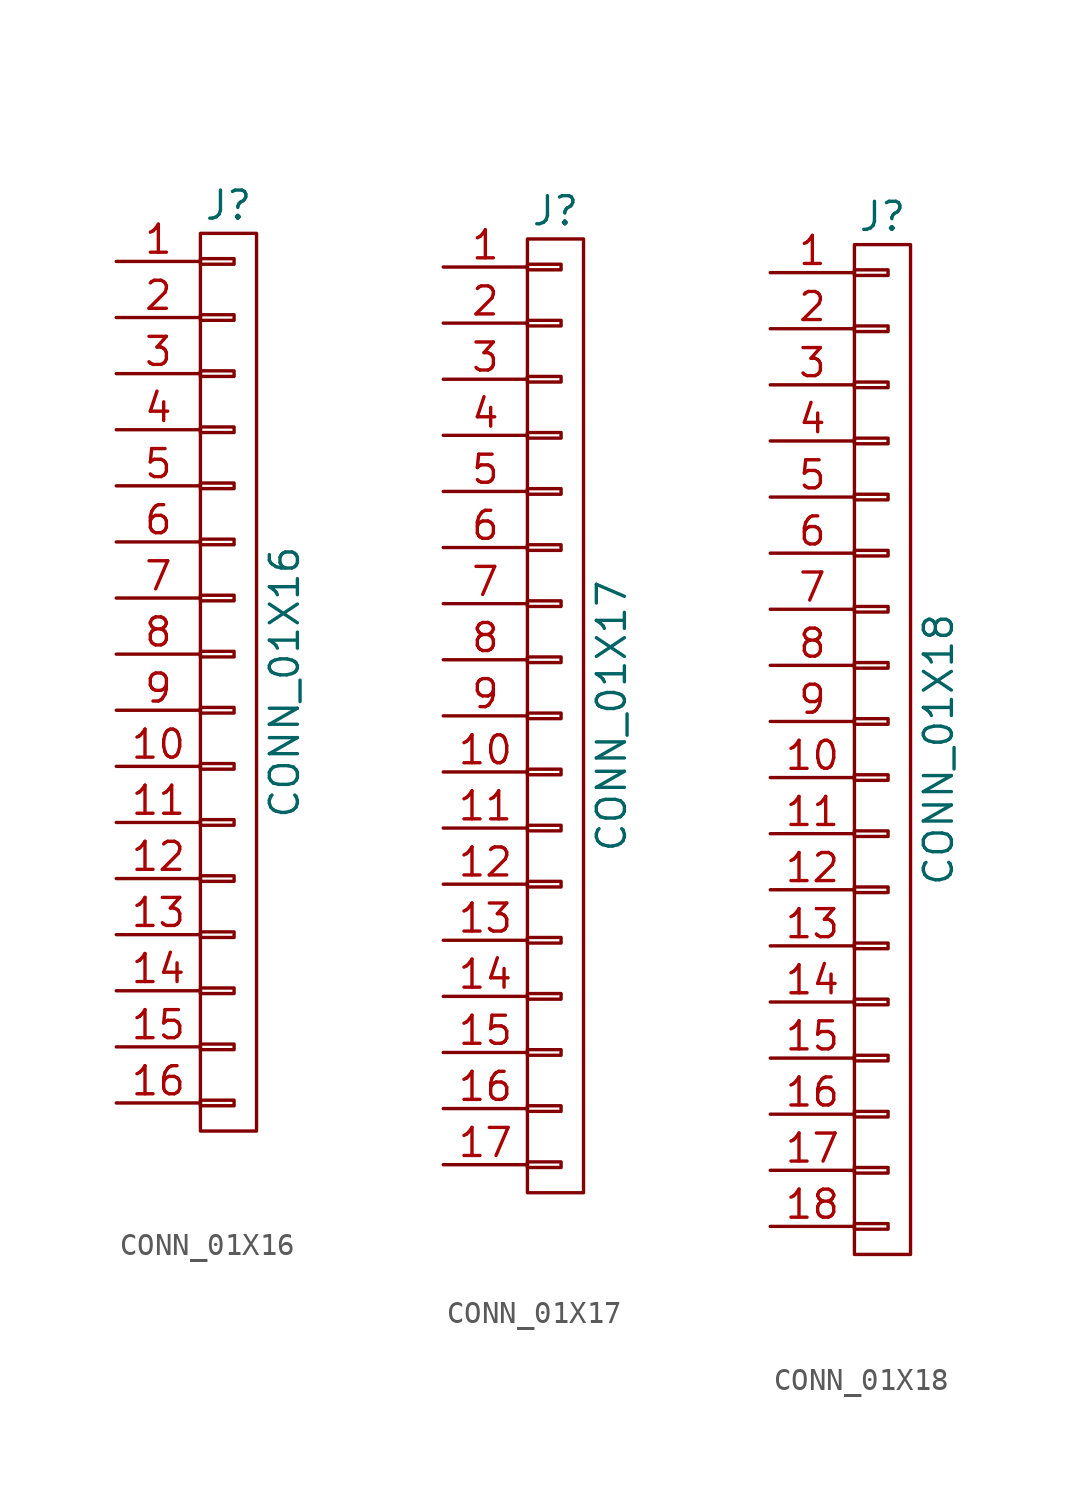
<source format=kicad_sym>
(kicad_symbol_lib
  (version 20211014)
  (generator kicad_symbol_editor)
  (symbol "CONN_01X16"
    (pin_names
      (offset 1.016) hide)
    (property "Reference" "J"
      (at 0 21.59 0)
      (effects (font (size 1.27 1.27))))
    (property "Value" "CONN_01X16"
      (at 2.54 0 90)
      (effects (font (size 1.27 1.27))))
    (symbol "CONN_01X16_0_1"
      (rectangle (start -1.27 -18.923) (end 0.254 -19.177) (stroke (width 0) (type default) (color 0 0 0 0)) (fill (type none)))
      (rectangle (start -1.27 -16.383) (end 0.254 -16.637) (stroke (width 0) (type default) (color 0 0 0 0)) (fill (type none)))
      (rectangle (start -1.27 -13.843) (end 0.254 -14.097) (stroke (width 0) (type default) (color 0 0 0 0)) (fill (type none)))
      (rectangle (start -1.27 -11.303) (end 0.254 -11.557) (stroke (width 0) (type default) (color 0 0 0 0)) (fill (type none)))
      (rectangle (start -1.27 -8.763) (end 0.254 -9.017) (stroke (width 0) (type default) (color 0 0 0 0)) (fill (type none)))
      (rectangle (start -1.27 -6.223) (end 0.254 -6.477) (stroke (width 0) (type default) (color 0 0 0 0)) (fill (type none)))
      (rectangle (start -1.27 -3.683) (end 0.254 -3.937) (stroke (width 0) (type default) (color 0 0 0 0)) (fill (type none)))
      (rectangle (start -1.27 -1.143) (end 0.254 -1.397) (stroke (width 0) (type default) (color 0 0 0 0)) (fill (type none)))
      (rectangle (start -1.27 1.397) (end 0.254 1.143) (stroke (width 0) (type default) (color 0 0 0 0)) (fill (type none)))
      (rectangle (start -1.27 3.937) (end 0.254 3.683) (stroke (width 0) (type default) (color 0 0 0 0)) (fill (type none)))
      (rectangle (start -1.27 6.477) (end 0.254 6.223) (stroke (width 0) (type default) (color 0 0 0 0)) (fill (type none)))
      (rectangle (start -1.27 9.017) (end 0.254 8.763) (stroke (width 0) (type default) (color 0 0 0 0)) (fill (type none)))
      (rectangle (start -1.27 11.557) (end 0.254 11.303) (stroke (width 0) (type default) (color 0 0 0 0)) (fill (type none)))
      (rectangle (start -1.27 14.097) (end 0.254 13.843) (stroke (width 0) (type default) (color 0 0 0 0)) (fill (type none)))
      (rectangle (start -1.27 16.637) (end 0.254 16.383) (stroke (width 0) (type default) (color 0 0 0 0)) (fill (type none)))
      (rectangle (start -1.27 19.177) (end 0.254 18.923) (stroke (width 0) (type default) (color 0 0 0 0)) (fill (type none)))
      (rectangle (start -1.27 20.32) (end 1.27 -20.32) (stroke (width 0) (type default) (color 0 0 0 0)) (fill (type none))))
    (symbol "CONN_01X16_1_1"
      (pin passive line (at -5.08 19.05 0) (length 3.81) (name "P1" (effects (font (size 1.27 1.27)))) (number "1" (effects (font (size 1.27 1.27)))))
      (pin passive line (at -5.08 -3.81 0) (length 3.81) (name "P10" (effects (font (size 1.27 1.27)))) (number "10" (effects (font (size 1.27 1.27)))))
      (pin passive line (at -5.08 -6.35 0) (length 3.81) (name "P11" (effects (font (size 1.27 1.27)))) (number "11" (effects (font (size 1.27 1.27)))))
      (pin passive line (at -5.08 -8.89 0) (length 3.81) (name "P12" (effects (font (size 1.27 1.27)))) (number "12" (effects (font (size 1.27 1.27)))))
      (pin passive line (at -5.08 -11.43 0) (length 3.81) (name "P13" (effects (font (size 1.27 1.27)))) (number "13" (effects (font (size 1.27 1.27)))))
      (pin passive line (at -5.08 -13.97 0) (length 3.81) (name "P14" (effects (font (size 1.27 1.27)))) (number "14" (effects (font (size 1.27 1.27)))))
      (pin passive line (at -5.08 -16.51 0) (length 3.81) (name "P15" (effects (font (size 1.27 1.27)))) (number "15" (effects (font (size 1.27 1.27)))))
      (pin passive line (at -5.08 -19.05 0) (length 3.81) (name "P16" (effects (font (size 1.27 1.27)))) (number "16" (effects (font (size 1.27 1.27)))))
      (pin passive line (at -5.08 16.51 0) (length 3.81) (name "P2" (effects (font (size 1.27 1.27)))) (number "2" (effects (font (size 1.27 1.27)))))
      (pin passive line (at -5.08 13.97 0) (length 3.81) (name "P3" (effects (font (size 1.27 1.27)))) (number "3" (effects (font (size 1.27 1.27)))))
      (pin passive line (at -5.08 11.43 0) (length 3.81) (name "P4" (effects (font (size 1.27 1.27)))) (number "4" (effects (font (size 1.27 1.27)))))
      (pin passive line (at -5.08 8.89 0) (length 3.81) (name "P5" (effects (font (size 1.27 1.27)))) (number "5" (effects (font (size 1.27 1.27)))))
      (pin passive line (at -5.08 6.35 0) (length 3.81) (name "P6" (effects (font (size 1.27 1.27)))) (number "6" (effects (font (size 1.27 1.27)))))
      (pin passive line (at -5.08 3.81 0) (length 3.81) (name "P7" (effects (font (size 1.27 1.27)))) (number "7" (effects (font (size 1.27 1.27)))))
      (pin passive line (at -5.08 1.27 0) (length 3.81) (name "P8" (effects (font (size 1.27 1.27)))) (number "8" (effects (font (size 1.27 1.27)))))
      (pin passive line (at -5.08 -1.27 0) (length 3.81) (name "P9" (effects (font (size 1.27 1.27)))) (number "9" (effects (font (size 1.27 1.27)))))))
  (symbol "CONN_01X17"
    (pin_names
      (offset 1.016) hide)
    (property "Reference" "J"
      (at 0 22.86 0)
      (effects (font (size 1.27 1.27))))
    (property "Value" "CONN_01X17"
      (at 2.54 0 90)
      (effects (font (size 1.27 1.27))))
    (symbol "CONN_01X17_0_1"
      (rectangle (start -1.27 -20.193) (end 0.254 -20.447) (stroke (width 0) (type default) (color 0 0 0 0)) (fill (type none)))
      (rectangle (start -1.27 -17.653) (end 0.254 -17.907) (stroke (width 0) (type default) (color 0 0 0 0)) (fill (type none)))
      (rectangle (start -1.27 -15.113) (end 0.254 -15.367) (stroke (width 0) (type default) (color 0 0 0 0)) (fill (type none)))
      (rectangle (start -1.27 -12.573) (end 0.254 -12.827) (stroke (width 0) (type default) (color 0 0 0 0)) (fill (type none)))
      (rectangle (start -1.27 -10.033) (end 0.254 -10.287) (stroke (width 0) (type default) (color 0 0 0 0)) (fill (type none)))
      (rectangle (start -1.27 -7.493) (end 0.254 -7.747) (stroke (width 0) (type default) (color 0 0 0 0)) (fill (type none)))
      (rectangle (start -1.27 -4.953) (end 0.254 -5.207) (stroke (width 0) (type default) (color 0 0 0 0)) (fill (type none)))
      (rectangle (start -1.27 -2.413) (end 0.254 -2.667) (stroke (width 0) (type default) (color 0 0 0 0)) (fill (type none)))
      (rectangle (start -1.27 0.127) (end 0.254 -0.127) (stroke (width 0) (type default) (color 0 0 0 0)) (fill (type none)))
      (rectangle (start -1.27 2.667) (end 0.254 2.413) (stroke (width 0) (type default) (color 0 0 0 0)) (fill (type none)))
      (rectangle (start -1.27 5.207) (end 0.254 4.953) (stroke (width 0) (type default) (color 0 0 0 0)) (fill (type none)))
      (rectangle (start -1.27 7.747) (end 0.254 7.493) (stroke (width 0) (type default) (color 0 0 0 0)) (fill (type none)))
      (rectangle (start -1.27 10.287) (end 0.254 10.033) (stroke (width 0) (type default) (color 0 0 0 0)) (fill (type none)))
      (rectangle (start -1.27 12.827) (end 0.254 12.573) (stroke (width 0) (type default) (color 0 0 0 0)) (fill (type none)))
      (rectangle (start -1.27 15.367) (end 0.254 15.113) (stroke (width 0) (type default) (color 0 0 0 0)) (fill (type none)))
      (rectangle (start -1.27 17.907) (end 0.254 17.653) (stroke (width 0) (type default) (color 0 0 0 0)) (fill (type none)))
      (rectangle (start -1.27 20.447) (end 0.254 20.193) (stroke (width 0) (type default) (color 0 0 0 0)) (fill (type none)))
      (rectangle (start -1.27 21.59) (end 1.27 -21.59) (stroke (width 0) (type default) (color 0 0 0 0)) (fill (type none))))
    (symbol "CONN_01X17_1_1"
      (pin passive line (at -5.08 20.32 0) (length 3.81) (name "P1" (effects (font (size 1.27 1.27)))) (number "1" (effects (font (size 1.27 1.27)))))
      (pin passive line (at -5.08 -2.54 0) (length 3.81) (name "P10" (effects (font (size 1.27 1.27)))) (number "10" (effects (font (size 1.27 1.27)))))
      (pin passive line (at -5.08 -5.08 0) (length 3.81) (name "P11" (effects (font (size 1.27 1.27)))) (number "11" (effects (font (size 1.27 1.27)))))
      (pin passive line (at -5.08 -7.62 0) (length 3.81) (name "P12" (effects (font (size 1.27 1.27)))) (number "12" (effects (font (size 1.27 1.27)))))
      (pin passive line (at -5.08 -10.16 0) (length 3.81) (name "P13" (effects (font (size 1.27 1.27)))) (number "13" (effects (font (size 1.27 1.27)))))
      (pin passive line (at -5.08 -12.7 0) (length 3.81) (name "P14" (effects (font (size 1.27 1.27)))) (number "14" (effects (font (size 1.27 1.27)))))
      (pin passive line (at -5.08 -15.24 0) (length 3.81) (name "P15" (effects (font (size 1.27 1.27)))) (number "15" (effects (font (size 1.27 1.27)))))
      (pin passive line (at -5.08 -17.78 0) (length 3.81) (name "P16" (effects (font (size 1.27 1.27)))) (number "16" (effects (font (size 1.27 1.27)))))
      (pin passive line (at -5.08 -20.32 0) (length 3.81) (name "P17" (effects (font (size 1.27 1.27)))) (number "17" (effects (font (size 1.27 1.27)))))
      (pin passive line (at -5.08 17.78 0) (length 3.81) (name "P2" (effects (font (size 1.27 1.27)))) (number "2" (effects (font (size 1.27 1.27)))))
      (pin passive line (at -5.08 15.24 0) (length 3.81) (name "P3" (effects (font (size 1.27 1.27)))) (number "3" (effects (font (size 1.27 1.27)))))
      (pin passive line (at -5.08 12.7 0) (length 3.81) (name "P4" (effects (font (size 1.27 1.27)))) (number "4" (effects (font (size 1.27 1.27)))))
      (pin passive line (at -5.08 10.16 0) (length 3.81) (name "P5" (effects (font (size 1.27 1.27)))) (number "5" (effects (font (size 1.27 1.27)))))
      (pin passive line (at -5.08 7.62 0) (length 3.81) (name "P6" (effects (font (size 1.27 1.27)))) (number "6" (effects (font (size 1.27 1.27)))))
      (pin passive line (at -5.08 5.08 0) (length 3.81) (name "P7" (effects (font (size 1.27 1.27)))) (number "7" (effects (font (size 1.27 1.27)))))
      (pin passive line (at -5.08 2.54 0) (length 3.81) (name "P8" (effects (font (size 1.27 1.27)))) (number "8" (effects (font (size 1.27 1.27)))))
      (pin passive line (at -5.08 0 0) (length 3.81) (name "P9" (effects (font (size 1.27 1.27)))) (number "9" (effects (font (size 1.27 1.27)))))))
  (symbol "CONN_01X18"
    (pin_names
      (offset 1.016) hide)
    (property "Reference" "J"
      (at 0 24.13 0)
      (effects (font (size 1.27 1.27))))
    (property "Value" "CONN_01X18"
      (at 2.54 0 90)
      (effects (font (size 1.27 1.27))))
    (symbol "CONN_01X18_0_1"
      (rectangle (start -1.27 -21.463) (end 0.254 -21.717) (stroke (width 0) (type default) (color 0 0 0 0)) (fill (type none)))
      (rectangle (start -1.27 -18.923) (end 0.254 -19.177) (stroke (width 0) (type default) (color 0 0 0 0)) (fill (type none)))
      (rectangle (start -1.27 -16.383) (end 0.254 -16.637) (stroke (width 0) (type default) (color 0 0 0 0)) (fill (type none)))
      (rectangle (start -1.27 -13.843) (end 0.254 -14.097) (stroke (width 0) (type default) (color 0 0 0 0)) (fill (type none)))
      (rectangle (start -1.27 -11.303) (end 0.254 -11.557) (stroke (width 0) (type default) (color 0 0 0 0)) (fill (type none)))
      (rectangle (start -1.27 -8.763) (end 0.254 -9.017) (stroke (width 0) (type default) (color 0 0 0 0)) (fill (type none)))
      (rectangle (start -1.27 -6.223) (end 0.254 -6.477) (stroke (width 0) (type default) (color 0 0 0 0)) (fill (type none)))
      (rectangle (start -1.27 -3.683) (end 0.254 -3.937) (stroke (width 0) (type default) (color 0 0 0 0)) (fill (type none)))
      (rectangle (start -1.27 -1.143) (end 0.254 -1.397) (stroke (width 0) (type default) (color 0 0 0 0)) (fill (type none)))
      (rectangle (start -1.27 1.397) (end 0.254 1.143) (stroke (width 0) (type default) (color 0 0 0 0)) (fill (type none)))
      (rectangle (start -1.27 3.937) (end 0.254 3.683) (stroke (width 0) (type default) (color 0 0 0 0)) (fill (type none)))
      (rectangle (start -1.27 6.477) (end 0.254 6.223) (stroke (width 0) (type default) (color 0 0 0 0)) (fill (type none)))
      (rectangle (start -1.27 9.017) (end 0.254 8.763) (stroke (width 0) (type default) (color 0 0 0 0)) (fill (type none)))
      (rectangle (start -1.27 11.557) (end 0.254 11.303) (stroke (width 0) (type default) (color 0 0 0 0)) (fill (type none)))
      (rectangle (start -1.27 14.097) (end 0.254 13.843) (stroke (width 0) (type default) (color 0 0 0 0)) (fill (type none)))
      (rectangle (start -1.27 16.637) (end 0.254 16.383) (stroke (width 0) (type default) (color 0 0 0 0)) (fill (type none)))
      (rectangle (start -1.27 19.177) (end 0.254 18.923) (stroke (width 0) (type default) (color 0 0 0 0)) (fill (type none)))
      (rectangle (start -1.27 21.717) (end 0.254 21.463) (stroke (width 0) (type default) (color 0 0 0 0)) (fill (type none)))
      (rectangle (start -1.27 22.86) (end 1.27 -22.86) (stroke (width 0) (type default) (color 0 0 0 0)) (fill (type none))))
    (symbol "CONN_01X18_1_1"
      (pin passive line (at -5.08 21.59 0) (length 3.81) (name "P1" (effects (font (size 1.27 1.27)))) (number "1" (effects (font (size 1.27 1.27)))))
      (pin passive line (at -5.08 -1.27 0) (length 3.81) (name "P10" (effects (font (size 1.27 1.27)))) (number "10" (effects (font (size 1.27 1.27)))))
      (pin passive line (at -5.08 -3.81 0) (length 3.81) (name "P11" (effects (font (size 1.27 1.27)))) (number "11" (effects (font (size 1.27 1.27)))))
      (pin passive line (at -5.08 -6.35 0) (length 3.81) (name "P12" (effects (font (size 1.27 1.27)))) (number "12" (effects (font (size 1.27 1.27)))))
      (pin passive line (at -5.08 -8.89 0) (length 3.81) (name "P13" (effects (font (size 1.27 1.27)))) (number "13" (effects (font (size 1.27 1.27)))))
      (pin passive line (at -5.08 -11.43 0) (length 3.81) (name "P14" (effects (font (size 1.27 1.27)))) (number "14" (effects (font (size 1.27 1.27)))))
      (pin passive line (at -5.08 -13.97 0) (length 3.81) (name "P15" (effects (font (size 1.27 1.27)))) (number "15" (effects (font (size 1.27 1.27)))))
      (pin passive line (at -5.08 -16.51 0) (length 3.81) (name "P16" (effects (font (size 1.27 1.27)))) (number "16" (effects (font (size 1.27 1.27)))))
      (pin passive line (at -5.08 -19.05 0) (length 3.81) (name "P17" (effects (font (size 1.27 1.27)))) (number "17" (effects (font (size 1.27 1.27)))))
      (pin passive line (at -5.08 -21.59 0) (length 3.81) (name "P18" (effects (font (size 1.27 1.27)))) (number "18" (effects (font (size 1.27 1.27)))))
      (pin passive line (at -5.08 19.05 0) (length 3.81) (name "P2" (effects (font (size 1.27 1.27)))) (number "2" (effects (font (size 1.27 1.27)))))
      (pin passive line (at -5.08 16.51 0) (length 3.81) (name "P3" (effects (font (size 1.27 1.27)))) (number "3" (effects (font (size 1.27 1.27)))))
      (pin passive line (at -5.08 13.97 0) (length 3.81) (name "P4" (effects (font (size 1.27 1.27)))) (number "4" (effects (font (size 1.27 1.27)))))
      (pin passive line (at -5.08 11.43 0) (length 3.81) (name "P5" (effects (font (size 1.27 1.27)))) (number "5" (effects (font (size 1.27 1.27)))))
      (pin passive line (at -5.08 8.89 0) (length 3.81) (name "P6" (effects (font (size 1.27 1.27)))) (number "6" (effects (font (size 1.27 1.27)))))
      (pin passive line (at -5.08 6.35 0) (length 3.81) (name "P7" (effects (font (size 1.27 1.27)))) (number "7" (effects (font (size 1.27 1.27)))))
      (pin passive line (at -5.08 3.81 0) (length 3.81) (name "P8" (effects (font (size 1.27 1.27)))) (number "8" (effects (font (size 1.27 1.27)))))
      (pin passive line (at -5.08 1.27 0) (length 3.81) (name "P9" (effects (font (size 1.27 1.27)))) (number "9" (effects (font (size 1.27 1.27))))))))
</source>
